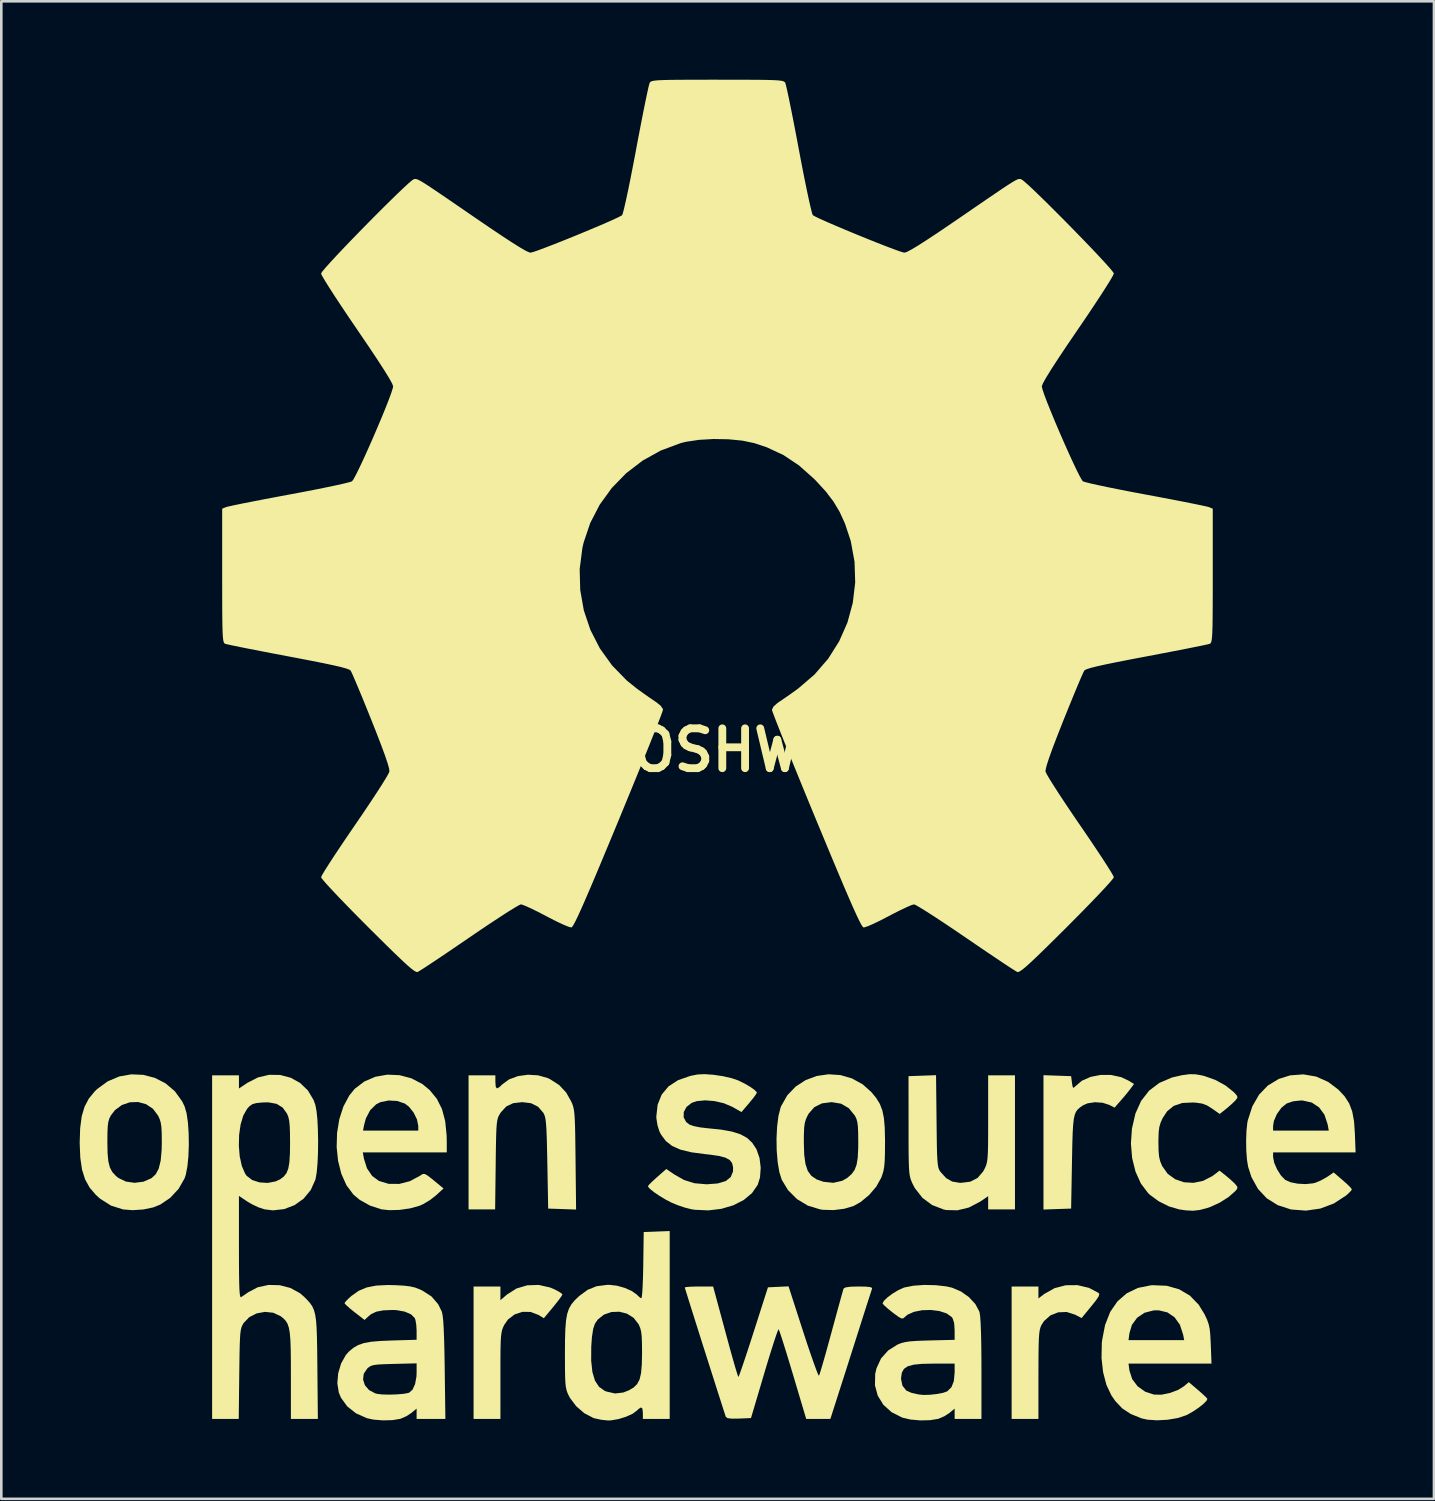
<source format=kicad_pcb>
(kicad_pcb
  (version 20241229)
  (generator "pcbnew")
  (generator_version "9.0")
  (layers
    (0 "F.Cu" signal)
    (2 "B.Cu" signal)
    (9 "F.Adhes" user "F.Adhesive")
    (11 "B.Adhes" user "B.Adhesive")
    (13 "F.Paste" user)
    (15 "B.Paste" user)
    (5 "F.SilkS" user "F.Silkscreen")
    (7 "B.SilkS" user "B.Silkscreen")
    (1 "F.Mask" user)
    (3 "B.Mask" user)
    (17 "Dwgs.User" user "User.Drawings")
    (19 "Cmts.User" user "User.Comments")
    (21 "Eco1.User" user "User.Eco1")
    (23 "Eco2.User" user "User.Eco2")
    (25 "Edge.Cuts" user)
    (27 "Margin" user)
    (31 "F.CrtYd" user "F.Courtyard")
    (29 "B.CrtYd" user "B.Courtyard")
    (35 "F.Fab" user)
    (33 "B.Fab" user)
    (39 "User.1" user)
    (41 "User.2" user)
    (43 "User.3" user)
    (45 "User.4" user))
  (footprint "OSHW"
    (layer "F.Cu")
    (at 24.374 25.657)
    (property "Reference" "OSHW" (at 0 0 0) (layer "F.SilkS") (effects (font (size 1.524 1.524) (thickness 0.3))))
    (attr board_only exclude_from_pos_files exclude_from_bom)
    (fp_poly (pts (xy 14.248 20.577) (xy 14.617 20.771) (xy 14.645 20.821) (xy 14.615 20.909) (xy 14.519 21.054) (xy 14.344 21.273) (xy 14.336 21.283) (xy 13.966 21.733) (xy 13.715 21.602) (xy 13.394 21.5) (xy 13.07 21.513) (xy 12.773 21.631) (xy 12.529 21.847) (xy 12.427 22.005) (xy 12.393 22.086) (xy 12.366 22.187) (xy 12.346 22.325) (xy 12.332 22.517) (xy 12.323 22.777) (xy 12.318 23.124) (xy 12.316 23.572) (xy 12.315 23.909) (xy 12.315 25.592) (xy 11.289 25.592) (xy 11.289 20.525) (xy 12.315 20.525) (xy 12.315 20.981) (xy 12.54 20.81) (xy 12.929 20.59) (xy 13.362 20.477) (xy 13.811 20.473)) (stroke (width 0) (type solid)) (fill yes) (layer "F.SilkS"))
    (fp_poly (pts (xy -6.376 20.562) (xy -6.238 20.619) (xy -6.056 20.712) (xy -5.934 20.791) (xy -5.901 20.829) (xy -5.939 20.899) (xy -6.042 21.041) (xy -6.19 21.229) (xy -6.256 21.31) (xy -6.612 21.739) (xy -6.818 21.613) (xy -7.12 21.498) (xy -7.435 21.495) (xy -7.734 21.596) (xy -7.987 21.79) (xy -8.13 21.998) (xy -8.174 22.091) (xy -8.208 22.184) (xy -8.233 22.295) (xy -8.251 22.441) (xy -8.263 22.639) (xy -8.27 22.906) (xy -8.273 23.261) (xy -8.274 23.72) (xy -8.274 23.938) (xy -8.274 25.592) (xy -9.301 25.592) (xy -9.301 20.525) (xy -8.274 20.525) (xy -8.274 21.048) (xy -8.018 20.829) (xy -7.657 20.601) (xy -7.246 20.479) (xy -6.809 20.465)) (stroke (width 0) (type solid)) (fill yes) (layer "F.SilkS"))
    (fp_poly (pts (xy 15.096 12.43) (xy 15.479 12.513) (xy 15.761 12.645) (xy 15.972 12.775) (xy 15.847 12.946) (xy 15.733 13.092) (xy 15.576 13.282) (xy 15.475 13.398) (xy 15.229 13.68) (xy 15.026 13.575) (xy 14.77 13.493) (xy 14.476 13.473) (xy 14.198 13.515) (xy 14.027 13.589) (xy 13.915 13.665) (xy 13.827 13.74) (xy 13.758 13.829) (xy 13.707 13.946) (xy 13.67 14.108) (xy 13.644 14.33) (xy 13.626 14.627) (xy 13.613 15.014) (xy 13.603 15.507) (xy 13.598 15.779) (xy 13.566 17.543) (xy 13.037 17.561) (xy 12.508 17.58) (xy 12.508 12.438) (xy 13.037 12.457) (xy 13.566 12.476) (xy 13.598 12.727) (xy 13.623 12.881) (xy 13.655 12.926) (xy 13.709 12.881) (xy 13.717 12.872) (xy 13.976 12.652) (xy 14.313 12.503) (xy 14.696 12.428)) (stroke (width 0) (type solid)) (fill yes) (layer "F.SilkS"))
    (fp_poly (pts (xy 8.416 14.2) (xy 8.422 14.724) (xy 8.428 15.135) (xy 8.436 15.449) (xy 8.448 15.681) (xy 8.463 15.848) (xy 8.483 15.964) (xy 8.51 16.046) (xy 8.545 16.108) (xy 8.567 16.139) (xy 8.784 16.377) (xy 9.016 16.509) (xy 9.302 16.557) (xy 9.352 16.558) (xy 9.708 16.514) (xy 9.986 16.371) (xy 10.199 16.123) (xy 10.247 16.036) (xy 10.291 15.944) (xy 10.325 15.852) (xy 10.35 15.741) (xy 10.368 15.595) (xy 10.38 15.398) (xy 10.387 15.13) (xy 10.39 14.776) (xy 10.391 14.318) (xy 10.391 14.098) (xy 10.391 12.443) (xy 11.417 12.443) (xy 11.417 17.575) (xy 10.391 17.575) (xy 10.391 17.07) (xy 10.072 17.285) (xy 9.652 17.503) (xy 9.217 17.609) (xy 8.79 17.599) (xy 8.691 17.579) (xy 8.247 17.408) (xy 7.876 17.133) (xy 7.586 16.761) (xy 7.492 16.581) (xy 7.45 16.484) (xy 7.417 16.39) (xy 7.391 16.281) (xy 7.373 16.143) (xy 7.36 15.957) (xy 7.352 15.71) (xy 7.347 15.384) (xy 7.345 14.964) (xy 7.345 14.434) (xy 7.345 14.368) (xy 7.344 12.476) (xy 8.397 12.438)) (stroke (width 0) (type solid)) (fill yes) (layer "F.SilkS"))
    (fp_poly (pts (xy -6.829 12.444) (xy -6.463 12.549) (xy -6.382 12.587) (xy -6.024 12.817) (xy -5.758 13.102) (xy -5.568 13.438) (xy -5.525 13.534) (xy -5.492 13.631) (xy -5.466 13.743) (xy -5.446 13.887) (xy -5.431 14.079) (xy -5.42 14.334) (xy -5.412 14.669) (xy -5.406 15.1) (xy -5.399 15.642) (xy -5.399 15.669) (xy -5.378 17.58) (xy -6.446 17.543) (xy -6.478 15.811) (xy -6.489 15.286) (xy -6.499 14.874) (xy -6.511 14.559) (xy -6.526 14.324) (xy -6.544 14.154) (xy -6.567 14.033) (xy -6.597 13.945) (xy -6.631 13.879) (xy -6.835 13.644) (xy -7.105 13.51) (xy -7.437 13.47) (xy -7.783 13.509) (xy -8.047 13.633) (xy -8.255 13.857) (xy -8.284 13.901) (xy -8.329 13.978) (xy -8.365 14.056) (xy -8.391 14.153) (xy -8.411 14.284) (xy -8.426 14.467) (xy -8.436 14.717) (xy -8.444 15.05) (xy -8.451 15.484) (xy -8.455 15.859) (xy -8.476 17.575) (xy -9.493 17.575) (xy -9.493 12.443) (xy -8.467 12.443) (xy -8.467 12.7) (xy -8.453 12.883) (xy -8.405 12.945) (xy -8.307 12.892) (xy -8.212 12.798) (xy -7.946 12.601) (xy -7.604 12.474) (xy -7.221 12.421)) (stroke (width 0) (type solid)) (fill yes) (layer "F.SilkS"))
    (fp_poly (pts (xy -12.133 12.438) (xy -11.678 12.559) (xy -11.258 12.779) (xy -10.977 13.012) (xy -10.705 13.346) (xy -10.51 13.734) (xy -10.388 14.194) (xy -10.332 14.743) (xy -10.327 14.993) (xy -10.327 15.394) (xy -13.54 15.394) (xy -13.497 15.634) (xy -13.381 16.002) (xy -13.183 16.293) (xy -12.925 16.484) (xy -12.55 16.597) (xy -12.145 16.599) (xy -11.736 16.494) (xy -11.35 16.286) (xy -11.318 16.263) (xy -11.244 16.219) (xy -11.169 16.22) (xy -11.065 16.276) (xy -10.903 16.401) (xy -10.819 16.469) (xy -10.451 16.773) (xy -10.744 17.042) (xy -10.969 17.217) (xy -11.228 17.371) (xy -11.371 17.436) (xy -11.732 17.536) (xy -12.138 17.594) (xy -12.535 17.604) (xy -12.82 17.573) (xy -13.262 17.431) (xy -13.663 17.206) (xy -13.9 17.006) (xy -14.167 16.649) (xy -14.362 16.211) (xy -14.487 15.715) (xy -14.541 15.185) (xy -14.525 14.646) (xy -14.511 14.56) (xy -13.531 14.56) (xy -11.417 14.56) (xy -11.417 14.378) (xy -11.467 14.13) (xy -11.597 13.868) (xy -11.777 13.642) (xy -11.931 13.525) (xy -12.226 13.425) (xy -12.553 13.407) (xy -12.862 13.469) (xy -13.027 13.551) (xy -13.256 13.775) (xy -13.422 14.091) (xy -13.493 14.352) (xy -13.531 14.56) (xy -14.511 14.56) (xy -14.439 14.121) (xy -14.283 13.637) (xy -14.058 13.216) (xy -13.85 12.961) (xy -13.481 12.679) (xy -13.057 12.498) (xy -12.6 12.418)) (stroke (width 0) (type solid)) (fill yes) (layer "F.SilkS"))
    (fp_poly (pts (xy 17.222 20.497) (xy 17.698 20.631) (xy 18.108 20.872) (xy 18.447 21.22) (xy 18.672 21.588) (xy 18.766 21.788) (xy 18.828 21.962) (xy 18.868 22.145) (xy 18.892 22.376) (xy 18.908 22.693) (xy 18.91 22.745) (xy 18.938 23.476) (xy 15.762 23.476) (xy 15.798 23.743) (xy 15.903 24.069) (xy 16.111 24.345) (xy 16.4 24.551) (xy 16.74 24.662) (xy 17.025 24.665) (xy 17.35 24.599) (xy 17.661 24.482) (xy 17.882 24.343) (xy 18.069 24.186) (xy 18.415 24.48) (xy 18.589 24.632) (xy 18.719 24.754) (xy 18.779 24.82) (xy 18.78 24.822) (xy 18.747 24.899) (xy 18.629 25.018) (xy 18.452 25.159) (xy 18.242 25.301) (xy 18.025 25.424) (xy 17.963 25.454) (xy 17.643 25.559) (xy 17.258 25.624) (xy 16.856 25.646) (xy 16.486 25.621) (xy 16.26 25.571) (xy 15.847 25.403) (xy 15.526 25.193) (xy 15.261 24.914) (xy 15.108 24.694) (xy 14.918 24.294) (xy 14.79 23.808) (xy 14.729 23.266) (xy 14.74 22.696) (xy 14.751 22.586) (xy 14.753 22.578) (xy 15.762 22.578) (xy 17.892 22.578) (xy 17.853 22.369) (xy 17.729 21.99) (xy 17.525 21.703) (xy 17.251 21.516) (xy 16.917 21.436) (xy 16.725 21.439) (xy 16.374 21.53) (xy 16.091 21.721) (xy 15.892 21.994) (xy 15.798 22.311) (xy 15.762 22.578) (xy 14.753 22.578) (xy 14.865 21.997) (xy 15.062 21.497) (xy 15.34 21.092) (xy 15.695 20.785) (xy 16.123 20.579) (xy 16.621 20.479) (xy 16.685 20.475)) (stroke (width 0) (type solid)) (fill yes) (layer "F.SilkS"))
    (fp_poly (pts (xy 22.943 12.491) (xy 23.402 12.696) (xy 23.788 12.987) (xy 24.032 13.247) (xy 24.206 13.517) (xy 24.323 13.828) (xy 24.393 14.207) (xy 24.425 14.672) (xy 24.452 15.394) (xy 21.295 15.394) (xy 21.295 15.573) (xy 21.338 15.792) (xy 21.449 16.045) (xy 21.599 16.281) (xy 21.759 16.444) (xy 21.959 16.535) (xy 22.235 16.59) (xy 22.538 16.606) (xy 22.819 16.578) (xy 22.921 16.552) (xy 23.127 16.464) (xy 23.344 16.343) (xy 23.381 16.319) (xy 23.613 16.161) (xy 23.961 16.459) (xy 24.133 16.612) (xy 24.257 16.736) (xy 24.309 16.806) (xy 24.31 16.808) (xy 24.264 16.877) (xy 24.15 16.99) (xy 24.083 17.047) (xy 23.618 17.349) (xy 23.1 17.543) (xy 22.553 17.621) (xy 21.999 17.579) (xy 21.968 17.573) (xy 21.472 17.412) (xy 21.054 17.151) (xy 20.718 16.793) (xy 20.468 16.342) (xy 20.339 15.944) (xy 20.295 15.671) (xy 20.269 15.319) (xy 20.263 14.934) (xy 20.276 14.564) (xy 20.277 14.56) (xy 21.295 14.56) (xy 23.426 14.56) (xy 23.382 14.32) (xy 23.261 13.951) (xy 23.055 13.67) (xy 22.774 13.485) (xy 22.429 13.408) (xy 22.359 13.406) (xy 22.066 13.437) (xy 21.818 13.52) (xy 21.809 13.525) (xy 21.612 13.686) (xy 21.441 13.924) (xy 21.326 14.188) (xy 21.295 14.378) (xy 21.295 14.56) (xy 20.277 14.56) (xy 20.309 14.256) (xy 20.325 14.175) (xy 20.501 13.63) (xy 20.759 13.182) (xy 21.096 12.832) (xy 21.512 12.582) (xy 21.949 12.445) (xy 22.453 12.407)) (stroke (width 0) (type solid)) (fill yes) (layer "F.SilkS"))
    (fp_poly (pts (xy 18.32 12.403) (xy 18.562 12.445) (xy 18.666 12.471) (xy 19.083 12.619) (xy 19.474 12.833) (xy 19.79 13.086) (xy 19.818 13.115) (xy 19.916 13.228) (xy 19.93 13.302) (xy 19.865 13.391) (xy 19.846 13.412) (xy 19.718 13.537) (xy 19.546 13.687) (xy 19.487 13.735) (xy 19.251 13.922) (xy 18.956 13.714) (xy 18.761 13.592) (xy 18.577 13.524) (xy 18.345 13.49) (xy 18.23 13.483) (xy 17.82 13.502) (xy 17.493 13.613) (xy 17.238 13.822) (xy 17.067 14.083) (xy 16.989 14.258) (xy 16.94 14.428) (xy 16.915 14.634) (xy 16.907 14.917) (xy 16.906 15.009) (xy 16.912 15.325) (xy 16.932 15.552) (xy 16.975 15.733) (xy 17.046 15.906) (xy 17.054 15.922) (xy 17.263 16.214) (xy 17.547 16.42) (xy 17.883 16.536) (xy 18.247 16.558) (xy 18.615 16.482) (xy 18.964 16.304) (xy 19.015 16.267) (xy 19.245 16.091) (xy 19.484 16.281) (xy 19.658 16.427) (xy 19.808 16.567) (xy 19.846 16.606) (xy 19.927 16.709) (xy 19.922 16.784) (xy 19.846 16.877) (xy 19.591 17.101) (xy 19.259 17.312) (xy 18.899 17.478) (xy 18.778 17.52) (xy 18.488 17.597) (xy 18.229 17.626) (xy 17.945 17.61) (xy 17.699 17.574) (xy 17.31 17.46) (xy 16.917 17.263) (xy 16.577 17.013) (xy 16.511 16.95) (xy 16.235 16.584) (xy 16.03 16.13) (xy 15.901 15.611) (xy 15.854 15.051) (xy 15.893 14.489) (xy 16.026 13.907) (xy 16.245 13.422) (xy 16.549 13.031) (xy 16.941 12.734) (xy 17.422 12.528) (xy 17.813 12.438) (xy 18.093 12.401)) (stroke (width 0) (type solid)) (fill yes) (layer "F.SilkS"))
    (fp_poly (pts (xy -21.937 12.426) (xy -21.493 12.543) (xy -21.086 12.753) (xy -20.733 13.053) (xy -20.454 13.439) (xy -20.357 13.64) (xy -20.283 13.9) (xy -20.232 14.254) (xy -20.204 14.668) (xy -20.198 15.107) (xy -20.214 15.54) (xy -20.253 15.932) (xy -20.315 16.25) (xy -20.359 16.384) (xy -20.59 16.788) (xy -20.909 17.132) (xy -21.289 17.389) (xy -21.552 17.496) (xy -21.933 17.577) (xy -22.35 17.604) (xy -22.711 17.576) (xy -23.173 17.431) (xy -23.594 17.165) (xy -23.753 17.022) (xy -23.992 16.743) (xy -24.167 16.427) (xy -24.285 16.054) (xy -24.351 15.602) (xy -24.374 15.05) (xy -24.374 15.009) (xy -23.315 15.009) (xy -23.307 15.423) (xy -23.278 15.734) (xy -23.22 15.967) (xy -23.126 16.145) (xy -22.988 16.294) (xy -22.891 16.372) (xy -22.607 16.509) (xy -22.274 16.557) (xy -21.933 16.514) (xy -21.627 16.38) (xy -21.626 16.38) (xy -21.465 16.229) (xy -21.349 16.011) (xy -21.275 15.708) (xy -21.238 15.306) (xy -21.232 15.007) (xy -21.235 14.67) (xy -21.247 14.43) (xy -21.273 14.254) (xy -21.317 14.11) (xy -21.375 13.985) (xy -21.575 13.72) (xy -21.839 13.546) (xy -22.142 13.465) (xy -22.457 13.476) (xy -22.76 13.58) (xy -23.025 13.775) (xy -23.184 13.983) (xy -23.24 14.096) (xy -23.278 14.223) (xy -23.301 14.393) (xy -23.312 14.633) (xy -23.315 14.972) (xy -23.315 15.009) (xy -24.374 15.009) (xy -24.356 14.461) (xy -24.297 14.014) (xy -24.189 13.647) (xy -24.027 13.337) (xy -23.801 13.061) (xy -23.704 12.967) (xy -23.3 12.673) (xy -22.858 12.487) (xy -22.398 12.406)) (stroke (width 0) (type solid)) (fill yes) (layer "F.SilkS"))
    (fp_poly (pts (xy 4.737 12.434) (xy 5.181 12.563) (xy 5.594 12.792) (xy 5.926 13.09) (xy 6.109 13.314) (xy 6.245 13.537) (xy 6.34 13.782) (xy 6.401 14.075) (xy 6.433 14.441) (xy 6.444 14.903) (xy 6.444 15.041) (xy 6.441 15.43) (xy 6.432 15.718) (xy 6.414 15.934) (xy 6.383 16.106) (xy 6.337 16.26) (xy 6.298 16.365) (xy 6.109 16.704) (xy 5.832 17.027) (xy 5.506 17.296) (xy 5.241 17.444) (xy 4.886 17.55) (xy 4.473 17.601) (xy 4.063 17.589) (xy 3.963 17.574) (xy 3.49 17.43) (xy 3.073 17.179) (xy 2.73 16.834) (xy 2.494 16.444) (xy 2.401 16.15) (xy 2.336 15.765) (xy 2.299 15.324) (xy 2.294 15.007) (xy 3.337 15.007) (xy 3.351 15.475) (xy 3.399 15.834) (xy 3.488 16.101) (xy 3.627 16.292) (xy 3.824 16.425) (xy 4.087 16.517) (xy 4.09 16.518) (xy 4.465 16.557) (xy 4.804 16.481) (xy 4.998 16.37) (xy 5.163 16.227) (xy 5.279 16.067) (xy 5.356 15.867) (xy 5.399 15.601) (xy 5.418 15.244) (xy 5.42 15.009) (xy 5.417 14.66) (xy 5.407 14.412) (xy 5.385 14.237) (xy 5.349 14.106) (xy 5.294 13.994) (xy 5.288 13.983) (xy 5.057 13.7) (xy 4.762 13.529) (xy 4.407 13.47) (xy 4.399 13.47) (xy 4.029 13.517) (xy 3.738 13.663) (xy 3.521 13.911) (xy 3.48 13.985) (xy 3.415 14.127) (xy 3.373 14.273) (xy 3.349 14.455) (xy 3.339 14.704) (xy 3.337 15.007) (xy 2.294 15.007) (xy 2.292 14.861) (xy 2.314 14.41) (xy 2.365 14.005) (xy 2.446 13.681) (xy 2.468 13.623) (xy 2.706 13.206) (xy 3.025 12.873) (xy 3.406 12.626) (xy 3.831 12.469) (xy 4.281 12.404)) (stroke (width 0) (type solid)) (fill yes) (layer "F.SilkS"))
    (fp_poly (pts (xy -1.796 25.592) (xy -2.822 25.592) (xy -2.822 25.368) (xy -2.839 25.2) (xy -2.896 25.152) (xy -3 25.222) (xy -3.046 25.27) (xy -3.214 25.394) (xy -3.465 25.508) (xy -3.754 25.598) (xy -4.037 25.647) (xy -4.156 25.652) (xy -4.41 25.626) (xy -4.666 25.571) (xy -4.722 25.553) (xy -5.062 25.375) (xy -5.373 25.107) (xy -5.614 24.786) (xy -5.655 24.71) (xy -5.706 24.601) (xy -5.743 24.494) (xy -5.77 24.369) (xy -5.788 24.205) (xy -5.798 23.982) (xy -5.803 23.68) (xy -5.804 23.367) (xy -4.801 23.367) (xy -4.754 23.799) (xy -4.655 24.129) (xy -4.5 24.365) (xy -4.286 24.517) (xy -4.223 24.543) (xy -3.886 24.619) (xy -3.57 24.581) (xy -3.362 24.499) (xy -3.177 24.391) (xy -3.042 24.259) (xy -2.949 24.082) (xy -2.892 23.84) (xy -2.863 23.512) (xy -2.854 23.077) (xy -2.854 23.059) (xy -2.857 22.7) (xy -2.867 22.441) (xy -2.888 22.255) (xy -2.924 22.113) (xy -2.978 21.987) (xy -2.987 21.968) (xy -3.178 21.723) (xy -3.434 21.563) (xy -3.728 21.49) (xy -4.03 21.502) (xy -4.313 21.602) (xy -4.548 21.788) (xy -4.658 21.95) (xy -4.725 22.151) (xy -4.772 22.459) (xy -4.798 22.825) (xy -4.801 23.367) (xy -5.804 23.367) (xy -5.805 23.278) (xy -5.805 23.091) (xy -5.802 22.566) (xy -5.789 22.151) (xy -5.763 21.826) (xy -5.718 21.572) (xy -5.65 21.371) (xy -5.554 21.202) (xy -5.425 21.048) (xy -5.262 20.892) (xy -4.938 20.653) (xy -4.595 20.515) (xy -4.193 20.463) (xy -4.098 20.462) (xy -3.816 20.494) (xy -3.518 20.578) (xy -3.248 20.698) (xy -3.052 20.836) (xy -3.023 20.868) (xy -2.929 20.954) (xy -2.88 20.974) (xy -2.862 20.913) (xy -2.845 20.743) (xy -2.83 20.484) (xy -2.817 20.154) (xy -2.809 19.773) (xy -2.808 19.707) (xy -2.79 18.441) (xy -2.293 18.422) (xy -1.796 18.403)) (stroke (width 0) (type solid)) (fill yes) (layer "F.SilkS"))
    (fp_poly (pts (xy -0.113 12.424) (xy 0.253 12.479) (xy 0.592 12.558) (xy 0.826 12.639) (xy 1.068 12.758) (xy 1.286 12.885) (xy 1.45 13.001) (xy 1.534 13.089) (xy 1.539 13.107) (xy 1.5 13.179) (xy 1.398 13.318) (xy 1.254 13.494) (xy 1.245 13.505) (xy 0.951 13.849) (xy 0.595 13.648) (xy 0.279 13.513) (xy -0.079 13.43) (xy -0.438 13.401) (xy -0.758 13.431) (xy -0.953 13.497) (xy -1.153 13.654) (xy -1.257 13.848) (xy -1.262 14.05) (xy -1.166 14.232) (xy -1.03 14.334) (xy -0.872 14.387) (xy -0.637 14.435) (xy -0.375 14.466) (xy -0.374 14.466) (xy 0.159 14.52) (xy 0.582 14.596) (xy 0.911 14.7) (xy 1.166 14.84) (xy 1.361 15.023) (xy 1.516 15.258) (xy 1.528 15.281) (xy 1.642 15.61) (xy 1.687 15.983) (xy 1.66 16.351) (xy 1.573 16.633) (xy 1.354 16.95) (xy 1.036 17.215) (xy 0.638 17.418) (xy 0.18 17.553) (xy -0.317 17.612) (xy -0.833 17.589) (xy -0.962 17.569) (xy -1.214 17.506) (xy -1.507 17.407) (xy -1.722 17.317) (xy -1.957 17.195) (xy -2.191 17.054) (xy -2.399 16.912) (xy -2.553 16.788) (xy -2.626 16.7) (xy -2.629 16.687) (xy -2.584 16.627) (xy -2.465 16.508) (xy -2.298 16.355) (xy -2.277 16.337) (xy -1.925 16.028) (xy -1.637 16.227) (xy -1.246 16.45) (xy -0.848 16.573) (xy -0.392 16.613) (xy -0.375 16.613) (xy 0.041 16.582) (xy 0.346 16.491) (xy 0.54 16.337) (xy 0.628 16.12) (xy 0.629 15.959) (xy 0.591 15.802) (xy 0.499 15.683) (xy 0.338 15.595) (xy 0.089 15.529) (xy -0.263 15.478) (xy -0.447 15.458) (xy -0.97 15.389) (xy -1.383 15.288) (xy -1.702 15.147) (xy -1.945 14.957) (xy -2.127 14.711) (xy -2.188 14.592) (xy -2.262 14.362) (xy -2.304 14.1) (xy -2.308 14.022) (xy -2.257 13.564) (xy -2.101 13.179) (xy -1.841 12.867) (xy -1.475 12.629) (xy -1.006 12.466) (xy -0.729 12.411) (xy -0.456 12.399)) (stroke (width 0) (type solid)) (fill yes) (layer "F.SilkS"))
    (fp_poly (pts (xy -12.312 20.474) (xy -11.979 20.492) (xy -11.734 20.52) (xy -11.54 20.565) (xy -11.358 20.635) (xy -11.265 20.679) (xy -10.909 20.908) (xy -10.655 21.204) (xy -10.517 21.487) (xy -10.489 21.606) (xy -10.465 21.807) (xy -10.446 22.101) (xy -10.43 22.495) (xy -10.417 22.999) (xy -10.406 23.622) (xy -10.406 23.652) (xy -10.38 25.592) (xy -11.481 25.592) (xy -11.481 25.196) (xy -11.676 25.36) (xy -11.874 25.49) (xy -12.093 25.585) (xy -12.109 25.59) (xy -12.409 25.639) (xy -12.768 25.648) (xy -13.124 25.62) (xy -13.385 25.564) (xy -13.799 25.379) (xy -14.134 25.115) (xy -14.374 24.786) (xy -14.459 24.581) (xy -14.515 24.226) (xy -14.503 24.087) (xy -13.53 24.087) (xy -13.46 24.303) (xy -13.302 24.488) (xy -13.068 24.613) (xy -12.985 24.635) (xy -12.787 24.657) (xy -12.525 24.663) (xy -12.242 24.654) (xy -11.986 24.633) (xy -11.801 24.6) (xy -11.773 24.591) (xy -11.638 24.475) (xy -11.54 24.26) (xy -11.487 23.972) (xy -11.481 23.827) (xy -11.481 23.466) (xy -12.342 23.487) (xy -12.693 23.497) (xy -12.94 23.509) (xy -13.107 23.529) (xy -13.219 23.559) (xy -13.301 23.605) (xy -13.369 23.663) (xy -13.504 23.864) (xy -13.53 24.087) (xy -14.503 24.087) (xy -14.481 23.841) (xy -14.369 23.467) (xy -14.189 23.146) (xy -14.071 23.014) (xy -13.899 22.871) (xy -13.716 22.765) (xy -13.499 22.69) (xy -13.224 22.64) (xy -12.866 22.609) (xy -12.427 22.591) (xy -11.481 22.564) (xy -11.481 22.214) (xy -11.494 21.991) (xy -11.526 21.805) (xy -11.551 21.734) (xy -11.694 21.591) (xy -11.934 21.486) (xy -12.243 21.43) (xy -12.401 21.423) (xy -12.759 21.438) (xy -13.022 21.488) (xy -13.218 21.581) (xy -13.31 21.654) (xy -13.473 21.805) (xy -13.856 21.508) (xy -14.04 21.359) (xy -14.175 21.238) (xy -14.238 21.167) (xy -14.239 21.161) (xy -14.194 21.096) (xy -14.079 20.979) (xy -13.969 20.881) (xy -13.698 20.69) (xy -13.394 20.562) (xy -13.03 20.49) (xy -12.583 20.468)) (stroke (width 0) (type solid)) (fill yes) (layer "F.SilkS"))
    (fp_poly (pts (xy 8.387 20.475) (xy 8.794 20.522) (xy 9.004 20.569) (xy 9.346 20.713) (xy 9.655 20.931) (xy 9.9 21.196) (xy 10.052 21.481) (xy 10.063 21.519) (xy 10.085 21.667) (xy 10.103 21.933) (xy 10.118 22.305) (xy 10.128 22.773) (xy 10.133 23.328) (xy 10.134 23.684) (xy 10.134 25.592) (xy 9.108 25.592) (xy 9.108 25.196) (xy 8.914 25.36) (xy 8.715 25.49) (xy 8.496 25.585) (xy 8.481 25.59) (xy 8.165 25.641) (xy 7.791 25.649) (xy 7.419 25.616) (xy 7.108 25.543) (xy 7.103 25.542) (xy 6.695 25.335) (xy 6.38 25.05) (xy 6.165 24.701) (xy 6.059 24.304) (xy 6.064 24.069) (xy 7.058 24.069) (xy 7.11 24.321) (xy 7.258 24.506) (xy 7.455 24.594) (xy 7.634 24.634) (xy 7.729 24.656) (xy 7.916 24.675) (xy 8.166 24.668) (xy 8.431 24.639) (xy 8.666 24.594) (xy 8.823 24.538) (xy 8.831 24.532) (xy 8.988 24.376) (xy 9.078 24.144) (xy 9.108 23.817) (xy 9.108 23.792) (xy 9.108 23.476) (xy 8.302 23.476) (xy 7.866 23.485) (xy 7.542 23.516) (xy 7.315 23.578) (xy 7.169 23.677) (xy 7.089 23.821) (xy 7.059 24.017) (xy 7.058 24.069) (xy 6.064 24.069) (xy 6.068 23.873) (xy 6.117 23.657) (xy 6.292 23.277) (xy 6.571 22.967) (xy 6.927 22.745) (xy 7.066 22.69) (xy 7.222 22.651) (xy 7.421 22.623) (xy 7.691 22.605) (xy 8.057 22.592) (xy 8.162 22.589) (xy 9.108 22.566) (xy 9.108 22.194) (xy 9.089 21.919) (xy 9.03 21.741) (xy 8.996 21.694) (xy 8.798 21.553) (xy 8.519 21.463) (xy 8.195 21.423) (xy 7.861 21.433) (xy 7.552 21.494) (xy 7.303 21.605) (xy 7.193 21.701) (xy 7.139 21.747) (xy 7.07 21.746) (xy 6.961 21.686) (xy 6.785 21.558) (xy 6.728 21.514) (xy 6.546 21.367) (xy 6.411 21.246) (xy 6.351 21.175) (xy 6.35 21.17) (xy 6.403 21.072) (xy 6.54 20.94) (xy 6.73 20.799) (xy 6.942 20.67) (xy 7.144 20.577) (xy 7.192 20.561) (xy 7.535 20.494) (xy 7.95 20.465)) (stroke (width 0) (type solid)) (fill yes) (layer "F.SilkS"))
    (fp_poly (pts (xy 3.313 22.254) (xy 3.458 22.698) (xy 3.593 23.096) (xy 3.711 23.434) (xy 3.807 23.698) (xy 3.876 23.872) (xy 3.914 23.941) (xy 3.917 23.941) (xy 3.944 23.868) (xy 4 23.689) (xy 4.079 23.419) (xy 4.177 23.076) (xy 4.287 22.677) (xy 4.393 22.289) (xy 4.512 21.853) (xy 4.62 21.455) (xy 4.714 21.114) (xy 4.788 20.847) (xy 4.838 20.671) (xy 4.858 20.605) (xy 4.93 20.561) (xy 5.111 20.534) (xy 5.41 20.525) (xy 5.434 20.525) (xy 5.711 20.53) (xy 5.876 20.547) (xy 5.946 20.578) (xy 5.949 20.605) (xy 5.921 20.69) (xy 5.861 20.875) (xy 5.775 21.142) (xy 5.67 21.469) (xy 5.553 21.836) (xy 5.552 21.84) (xy 5.409 22.29) (xy 5.241 22.816) (xy 5.064 23.371) (xy 4.893 23.908) (xy 4.769 24.294) (xy 4.353 25.592) (xy 3.428 25.592) (xy 2.92 23.889) (xy 2.786 23.444) (xy 2.663 23.04) (xy 2.555 22.694) (xy 2.467 22.422) (xy 2.405 22.239) (xy 2.373 22.161) (xy 2.372 22.16) (xy 2.344 22.212) (xy 2.285 22.372) (xy 2.2 22.625) (xy 2.095 22.955) (xy 1.973 23.346) (xy 1.841 23.785) (xy 1.823 23.847) (xy 1.315 25.56) (xy 0.849 25.579) (xy 0.581 25.582) (xy 0.422 25.563) (xy 0.355 25.519) (xy 0.353 25.515) (xy 0.319 25.414) (xy 0.253 25.211) (xy 0.161 24.923) (xy 0.046 24.566) (xy -0.085 24.154) (xy -0.228 23.705) (xy -0.378 23.234) (xy -0.53 22.756) (xy -0.678 22.288) (xy -0.818 21.845) (xy -0.945 21.443) (xy -1.053 21.098) (xy -1.138 20.826) (xy -1.195 20.643) (xy -1.218 20.563) (xy -1.219 20.562) (xy -1.159 20.545) (xy -1.002 20.533) (xy -0.774 20.526) (xy -0.676 20.525) (xy -0.134 20.525) (xy -0.077 20.734) (xy -0.045 20.853) (xy 0.015 21.076) (xy 0.098 21.383) (xy 0.199 21.755) (xy 0.311 22.17) (xy 0.391 22.465) (xy 0.505 22.885) (xy 0.61 23.26) (xy 0.7 23.575) (xy 0.771 23.811) (xy 0.818 23.953) (xy 0.834 23.987) (xy 0.861 23.928) (xy 0.921 23.763) (xy 1.01 23.506) (xy 1.122 23.173) (xy 1.251 22.78) (xy 1.393 22.341) (xy 1.415 22.272) (xy 1.964 20.557) (xy 2.358 20.538) (xy 2.752 20.519)) (stroke (width 0) (type solid)) (fill yes) (layer "F.SilkS"))
    (fp_poly (pts (xy -16.7 12.43) (xy -16.3 12.536) (xy -15.941 12.735) (xy -15.643 13.021) (xy -15.423 13.389) (xy -15.355 13.581) (xy -15.31 13.815) (xy -15.277 14.146) (xy -15.258 14.542) (xy -15.25 14.972) (xy -15.255 15.404) (xy -15.273 15.807) (xy -15.303 16.151) (xy -15.346 16.403) (xy -15.354 16.434) (xy -15.533 16.834) (xy -15.806 17.164) (xy -16.152 17.411) (xy -16.551 17.564) (xy -16.982 17.611) (xy -17.301 17.572) (xy -17.529 17.497) (xy -17.788 17.375) (xy -17.944 17.283) (xy -18.28 17.06) (xy -18.28 19.021) (xy -18.279 19.593) (xy -18.276 20.047) (xy -18.27 20.395) (xy -18.261 20.647) (xy -18.248 20.814) (xy -18.23 20.907) (xy -18.209 20.937) (xy -18.2 20.934) (xy -18.097 20.866) (xy -17.948 20.762) (xy -17.928 20.747) (xy -17.561 20.555) (xy -17.149 20.465) (xy -16.722 20.475) (xy -16.31 20.581) (xy -15.944 20.782) (xy -15.788 20.916) (xy -15.658 21.048) (xy -15.553 21.168) (xy -15.471 21.29) (xy -15.408 21.431) (xy -15.362 21.605) (xy -15.329 21.827) (xy -15.308 22.114) (xy -15.295 22.481) (xy -15.286 22.942) (xy -15.28 23.514) (xy -15.279 23.62) (xy -15.26 25.592) (xy -16.292 25.592) (xy -16.292 23.909) (xy -16.293 23.352) (xy -16.299 22.908) (xy -16.312 22.561) (xy -16.335 22.296) (xy -16.371 22.098) (xy -16.422 21.95) (xy -16.49 21.837) (xy -16.58 21.744) (xy -16.685 21.661) (xy -16.966 21.529) (xy -17.283 21.496) (xy -17.601 21.554) (xy -17.885 21.698) (xy -18.099 21.921) (xy -18.105 21.931) (xy -18.148 22.005) (xy -18.182 22.084) (xy -18.207 22.184) (xy -18.227 22.322) (xy -18.24 22.513) (xy -18.25 22.774) (xy -18.258 23.122) (xy -18.264 23.573) (xy -18.268 23.877) (xy -18.288 25.592) (xy -19.307 25.592) (xy -19.307 15.14) (xy -18.284 15.14) (xy -18.25 15.548) (xy -18.17 15.914) (xy -18.044 16.205) (xy -17.983 16.291) (xy -17.772 16.451) (xy -17.49 16.542) (xy -17.178 16.561) (xy -16.875 16.503) (xy -16.7 16.421) (xy -16.561 16.314) (xy -16.459 16.184) (xy -16.391 16.008) (xy -16.349 15.765) (xy -16.329 15.435) (xy -16.324 15.041) (xy -16.327 14.659) (xy -16.337 14.38) (xy -16.358 14.179) (xy -16.391 14.031) (xy -16.44 13.911) (xy -16.608 13.676) (xy -16.841 13.534) (xy -17.153 13.478) (xy -17.382 13.482) (xy -17.615 13.506) (xy -17.765 13.547) (xy -17.877 13.625) (xy -17.967 13.725) (xy -18.114 13.982) (xy -18.216 14.324) (xy -18.273 14.721) (xy -18.284 15.14) (xy -19.307 15.14) (xy -19.307 12.443) (xy -18.28 12.443) (xy -18.28 12.948) (xy -17.962 12.734) (xy -17.549 12.523) (xy -17.123 12.424)) (stroke (width 0) (type solid)) (fill yes) (layer "F.SilkS"))
    (fp_poly (pts (xy 0.668 -25.656) (xy 1.189 -25.655) (xy 1.605 -25.653) (xy 1.929 -25.648) (xy 2.173 -25.641) (xy 2.349 -25.631) (xy 2.47 -25.617) (xy 2.547 -25.599) (xy 2.593 -25.576) (xy 2.619 -25.548) (xy 2.628 -25.532) (xy 2.654 -25.443) (xy 2.7 -25.242) (xy 2.764 -24.944) (xy 2.842 -24.563) (xy 2.931 -24.115) (xy 3.028 -23.613) (xy 3.13 -23.073) (xy 3.147 -22.983) (xy 3.25 -22.439) (xy 3.349 -21.934) (xy 3.441 -21.481) (xy 3.523 -21.095) (xy 3.592 -20.79) (xy 3.644 -20.58) (xy 3.677 -20.48) (xy 3.681 -20.474) (xy 3.766 -20.424) (xy 3.952 -20.334) (xy 4.219 -20.215) (xy 4.549 -20.072) (xy 4.922 -19.914) (xy 5.32 -19.749) (xy 5.724 -19.584) (xy 6.113 -19.428) (xy 6.471 -19.288) (xy 6.776 -19.172) (xy 7.011 -19.088) (xy 7.157 -19.043) (xy 7.187 -19.038) (xy 7.278 -19.065) (xy 7.449 -19.155) (xy 7.705 -19.308) (xy 8.049 -19.528) (xy 8.486 -19.817) (xy 9.02 -20.179) (xy 9.33 -20.391) (xy 9.867 -20.76) (xy 10.309 -21.063) (xy 10.665 -21.305) (xy 10.945 -21.495) (xy 11.161 -21.637) (xy 11.321 -21.738) (xy 11.435 -21.804) (xy 11.515 -21.842) (xy 11.57 -21.858) (xy 11.611 -21.858) (xy 11.646 -21.849) (xy 11.661 -21.844) (xy 11.743 -21.787) (xy 11.899 -21.651) (xy 12.118 -21.448) (xy 12.386 -21.189) (xy 12.693 -20.889) (xy 13.025 -20.557) (xy 13.372 -20.208) (xy 13.72 -19.853) (xy 14.059 -19.504) (xy 14.375 -19.175) (xy 14.656 -18.876) (xy 14.892 -18.62) (xy 15.069 -18.42) (xy 15.175 -18.288) (xy 15.202 -18.24) (xy 15.166 -18.16) (xy 15.066 -17.986) (xy 14.908 -17.732) (xy 14.701 -17.409) (xy 14.452 -17.031) (xy 14.171 -16.61) (xy 13.864 -16.158) (xy 13.822 -16.098) (xy 13.408 -15.489) (xy 13.067 -14.978) (xy 12.799 -14.565) (xy 12.606 -14.251) (xy 12.487 -14.038) (xy 12.444 -13.926) (xy 12.443 -13.923) (xy 12.469 -13.809) (xy 12.539 -13.6) (xy 12.647 -13.315) (xy 12.785 -12.971) (xy 12.943 -12.587) (xy 13.115 -12.182) (xy 13.293 -11.774) (xy 13.468 -11.381) (xy 13.633 -11.021) (xy 13.779 -10.714) (xy 13.899 -10.477) (xy 13.984 -10.328) (xy 14.017 -10.288) (xy 14.109 -10.257) (xy 14.312 -10.206) (xy 14.611 -10.139) (xy 14.99 -10.059) (xy 15.435 -9.97) (xy 15.931 -9.873) (xy 16.423 -9.781) (xy 16.952 -9.682) (xy 17.445 -9.588) (xy 17.888 -9.502) (xy 18.264 -9.427) (xy 18.559 -9.366) (xy 18.758 -9.323) (xy 18.842 -9.3) (xy 18.986 -9.239) (xy 18.986 -6.679) (xy 18.986 -6.037) (xy 18.984 -5.511) (xy 18.981 -5.089) (xy 18.977 -4.761) (xy 18.969 -4.513) (xy 18.959 -4.334) (xy 18.945 -4.213) (xy 18.927 -4.136) (xy 18.905 -4.094) (xy 18.877 -4.073) (xy 18.874 -4.071) (xy 18.787 -4.048) (xy 18.588 -4.005) (xy 18.293 -3.945) (xy 17.917 -3.87) (xy 17.475 -3.784) (xy 16.98 -3.689) (xy 16.456 -3.589) (xy 15.814 -3.467) (xy 15.289 -3.364) (xy 14.871 -3.278) (xy 14.552 -3.207) (xy 14.321 -3.149) (xy 14.169 -3.101) (xy 14.087 -3.062) (xy 14.071 -3.046) (xy 14.027 -2.961) (xy 13.943 -2.772) (xy 13.825 -2.495) (xy 13.68 -2.146) (xy 13.514 -1.741) (xy 13.334 -1.296) (xy 13.274 -1.147) (xy 13.038 -0.55) (xy 12.853 -0.066) (xy 12.718 0.31) (xy 12.63 0.583) (xy 12.589 0.756) (xy 12.586 0.819) (xy 12.628 0.911) (xy 12.735 1.096) (xy 12.899 1.358) (xy 13.11 1.686) (xy 13.361 2.066) (xy 13.643 2.485) (xy 13.908 2.873) (xy 14.208 3.311) (xy 14.483 3.72) (xy 14.726 4.085) (xy 14.927 4.396) (xy 15.079 4.637) (xy 15.173 4.798) (xy 15.202 4.863) (xy 15.157 4.931) (xy 15.032 5.079) (xy 14.834 5.297) (xy 14.574 5.573) (xy 14.263 5.897) (xy 13.908 6.26) (xy 13.521 6.65) (xy 13.417 6.755) (xy 12.952 7.217) (xy 12.569 7.594) (xy 12.26 7.894) (xy 12.016 8.124) (xy 11.83 8.292) (xy 11.692 8.404) (xy 11.596 8.468) (xy 11.534 8.492) (xy 11.508 8.49) (xy 11.428 8.444) (xy 11.255 8.334) (xy 11.003 8.168) (xy 10.684 7.955) (xy 10.311 7.704) (xy 9.898 7.423) (xy 9.531 7.173) (xy 9.095 6.876) (xy 8.688 6.603) (xy 8.324 6.364) (xy 8.014 6.165) (xy 7.774 6.017) (xy 7.615 5.926) (xy 7.553 5.901) (xy 7.454 5.93) (xy 7.267 6.011) (xy 7.014 6.131) (xy 6.718 6.281) (xy 6.584 6.352) (xy 6.279 6.51) (xy 6.007 6.642) (xy 5.79 6.736) (xy 5.652 6.782) (xy 5.622 6.785) (xy 5.588 6.756) (xy 5.533 6.671) (xy 5.456 6.524) (xy 5.353 6.309) (xy 5.221 6.018) (xy 5.058 5.646) (xy 4.86 5.185) (xy 4.625 4.629) (xy 4.35 3.972) (xy 4.032 3.206) (xy 3.81 2.672) (xy 3.526 1.984) (xy 3.257 1.328) (xy 3.007 0.715) (xy 2.78 0.155) (xy 2.579 -0.343) (xy 2.41 -0.768) (xy 2.275 -1.111) (xy 2.179 -1.362) (xy 2.126 -1.51) (xy 2.117 -1.546) (xy 2.173 -1.664) (xy 2.326 -1.802) (xy 2.389 -1.846) (xy 2.572 -1.969) (xy 2.812 -2.136) (xy 3.065 -2.317) (xy 3.123 -2.36) (xy 3.746 -2.894) (xy 4.27 -3.5) (xy 4.691 -4.168) (xy 5.006 -4.884) (xy 5.211 -5.638) (xy 5.303 -6.416) (xy 5.278 -7.208) (xy 5.134 -8) (xy 4.911 -8.673) (xy 4.71 -9.113) (xy 4.475 -9.509) (xy 4.18 -9.896) (xy 3.803 -10.307) (xy 3.72 -10.391) (xy 3.152 -10.896) (xy 2.56 -11.291) (xy 1.915 -11.592) (xy 1.443 -11.749) (xy 0.985 -11.845) (xy 0.449 -11.897) (xy -0.119 -11.907) (xy -0.675 -11.875) (xy -1.175 -11.8) (xy -1.379 -11.749) (xy -2.135 -11.467) (xy -2.833 -11.08) (xy -3.462 -10.597) (xy -4.013 -10.031) (xy -4.475 -9.393) (xy -4.837 -8.693) (xy -5.09 -7.943) (xy -5.138 -7.733) (xy -5.241 -6.927) (xy -5.22 -6.128) (xy -5.082 -5.347) (xy -4.829 -4.598) (xy -4.468 -3.893) (xy -4.003 -3.245) (xy -3.439 -2.666) (xy -3.059 -2.36) (xy -2.81 -2.18) (xy -2.563 -2.007) (xy -2.362 -1.87) (xy -2.325 -1.846) (xy -2.147 -1.706) (xy -2.058 -1.579) (xy -2.053 -1.546) (xy -2.077 -1.468) (xy -2.146 -1.28) (xy -2.257 -0.994) (xy -2.405 -0.62) (xy -2.586 -0.167) (xy -2.797 0.355) (xy -3.033 0.936) (xy -3.291 1.566) (xy -3.566 2.235) (xy -3.746 2.672) (xy -4.093 3.509) (xy -4.395 4.233) (xy -4.654 4.851) (xy -4.875 5.37) (xy -5.059 5.797) (xy -5.21 6.137) (xy -5.331 6.399) (xy -5.424 6.587) (xy -5.492 6.71) (xy -5.539 6.773) (xy -5.558 6.785) (xy -5.654 6.763) (xy -5.84 6.688) (xy -6.09 6.572) (xy -6.384 6.424) (xy -6.52 6.352) (xy -6.826 6.193) (xy -7.1 6.058) (xy -7.319 5.959) (xy -7.459 5.907) (xy -7.489 5.901) (xy -7.569 5.936) (xy -7.742 6.037) (xy -7.995 6.193) (xy -8.313 6.399) (xy -8.685 6.644) (xy -9.098 6.921) (xy -9.467 7.173) (xy -9.904 7.471) (xy -10.312 7.748) (xy -10.676 7.993) (xy -10.985 8.199) (xy -11.225 8.356) (xy -11.384 8.456) (xy -11.444 8.49) (xy -11.491 8.487) (xy -11.566 8.448) (xy -11.678 8.365) (xy -11.834 8.232) (xy -12.042 8.04) (xy -12.311 7.783) (xy -12.649 7.453) (xy -13.063 7.043) (xy -13.353 6.755) (xy -13.746 6.359) (xy -14.11 5.988) (xy -14.434 5.653) (xy -14.708 5.363) (xy -14.923 5.13) (xy -15.068 4.962) (xy -15.134 4.872) (xy -15.137 4.863) (xy -15.102 4.786) (xy -15.002 4.616) (xy -14.844 4.367) (xy -14.638 4.05) (xy -14.392 3.68) (xy -14.114 3.268) (xy -13.844 2.873) (xy -13.542 2.431) (xy -13.264 2.016) (xy -13.017 1.642) (xy -12.811 1.322) (xy -12.654 1.068) (xy -12.555 0.894) (xy -12.522 0.819) (xy -12.533 0.708) (xy -12.59 0.502) (xy -12.694 0.195) (xy -12.846 -0.217) (xy -13.048 -0.739) (xy -13.21 -1.147) (xy -13.393 -1.601) (xy -13.564 -2.021) (xy -13.717 -2.389) (xy -13.845 -2.691) (xy -13.94 -2.91) (xy -13.997 -3.031) (xy -14.007 -3.046) (xy -14.061 -3.083) (xy -14.18 -3.126) (xy -14.374 -3.18) (xy -14.653 -3.245) (xy -15.026 -3.324) (xy -15.502 -3.419) (xy -16.09 -3.532) (xy -16.392 -3.589) (xy -16.923 -3.69) (xy -17.417 -3.785) (xy -17.859 -3.871) (xy -18.234 -3.946) (xy -18.527 -4.006) (xy -18.724 -4.049) (xy -18.809 -4.071) (xy -18.838 -4.09) (xy -18.861 -4.13) (xy -18.879 -4.201) (xy -18.893 -4.316) (xy -18.904 -4.488) (xy -18.912 -4.726) (xy -18.917 -5.044) (xy -18.92 -5.454) (xy -18.921 -5.966) (xy -18.922 -6.593) (xy -18.922 -6.679) (xy -18.922 -9.239) (xy -18.777 -9.3) (xy -18.682 -9.325) (xy -18.477 -9.37) (xy -18.175 -9.433) (xy -17.793 -9.508) (xy -17.346 -9.595) (xy -16.85 -9.689) (xy -16.359 -9.781) (xy -15.83 -9.88) (xy -15.338 -9.976) (xy -14.897 -10.065) (xy -14.522 -10.144) (xy -14.23 -10.21) (xy -14.035 -10.26) (xy -13.953 -10.288) (xy -13.894 -10.369) (xy -13.796 -10.551) (xy -13.666 -10.815) (xy -13.512 -11.142) (xy -13.343 -11.516) (xy -13.166 -11.916) (xy -12.99 -12.326) (xy -12.821 -12.726) (xy -12.669 -13.097) (xy -12.541 -13.423) (xy -12.446 -13.683) (xy -12.39 -13.861) (xy -12.379 -13.923) (xy -12.417 -14.027) (xy -12.531 -14.234) (xy -12.72 -14.541) (xy -12.983 -14.948) (xy -13.32 -15.453) (xy -13.729 -16.055) (xy -13.758 -16.098) (xy -14.068 -16.553) (xy -14.353 -16.979) (xy -14.607 -17.363) (xy -14.819 -17.693) (xy -14.984 -17.957) (xy -15.093 -18.142) (xy -15.137 -18.236) (xy -15.137 -18.24) (xy -15.093 -18.312) (xy -14.97 -18.46) (xy -14.778 -18.674) (xy -14.531 -18.941) (xy -14.241 -19.248) (xy -13.919 -19.583) (xy -13.577 -19.934) (xy -13.228 -20.289) (xy -12.884 -20.635) (xy -12.556 -20.96) (xy -12.257 -21.253) (xy -11.999 -21.499) (xy -11.794 -21.689) (xy -11.653 -21.808) (xy -11.597 -21.844) (xy -11.56 -21.855) (xy -11.521 -21.859) (xy -11.47 -21.848) (xy -11.398 -21.818) (xy -11.294 -21.761) (xy -11.148 -21.671) (xy -10.95 -21.542) (xy -10.691 -21.368) (xy -10.358 -21.142) (xy -9.944 -20.858) (xy -9.437 -20.51) (xy -9.259 -20.387) (xy -8.674 -19.988) (xy -8.189 -19.663) (xy -7.799 -19.408) (xy -7.5 -19.222) (xy -7.287 -19.101) (xy -7.157 -19.044) (xy -7.123 -19.038) (xy -7.02 -19.063) (xy -6.82 -19.132) (xy -6.542 -19.236) (xy -6.203 -19.367) (xy -5.825 -19.517) (xy -5.424 -19.679) (xy -5.022 -19.845) (xy -4.636 -20.007) (xy -4.285 -20.156) (xy -3.99 -20.287) (xy -3.768 -20.39) (xy -3.639 -20.457) (xy -3.617 -20.473) (xy -3.587 -20.553) (xy -3.538 -20.745) (xy -3.471 -21.035) (xy -3.391 -21.408) (xy -3.301 -21.851) (xy -3.203 -22.348) (xy -3.1 -22.886) (xy -3.083 -22.982) (xy -2.98 -23.527) (xy -2.882 -24.036) (xy -2.792 -24.494) (xy -2.712 -24.886) (xy -2.646 -25.199) (xy -2.597 -25.416) (xy -2.567 -25.525) (xy -2.564 -25.531) (xy -2.543 -25.563) (xy -2.509 -25.588) (xy -2.449 -25.609) (xy -2.351 -25.625) (xy -2.204 -25.637) (xy -1.995 -25.645) (xy -1.713 -25.651) (xy -1.344 -25.654) (xy -0.878 -25.656) (xy -0.301 -25.657) (xy 0.032 -25.657)) (stroke (width 0) (type solid)) (fill yes) (layer "F.SilkS")))
  (gr_rect
    (start -3 -3)
    (end 51.825 54.308)
    (stroke (width 0.1) (type default))
    (fill no)
    (layer "Edge.Cuts")))
</source>
